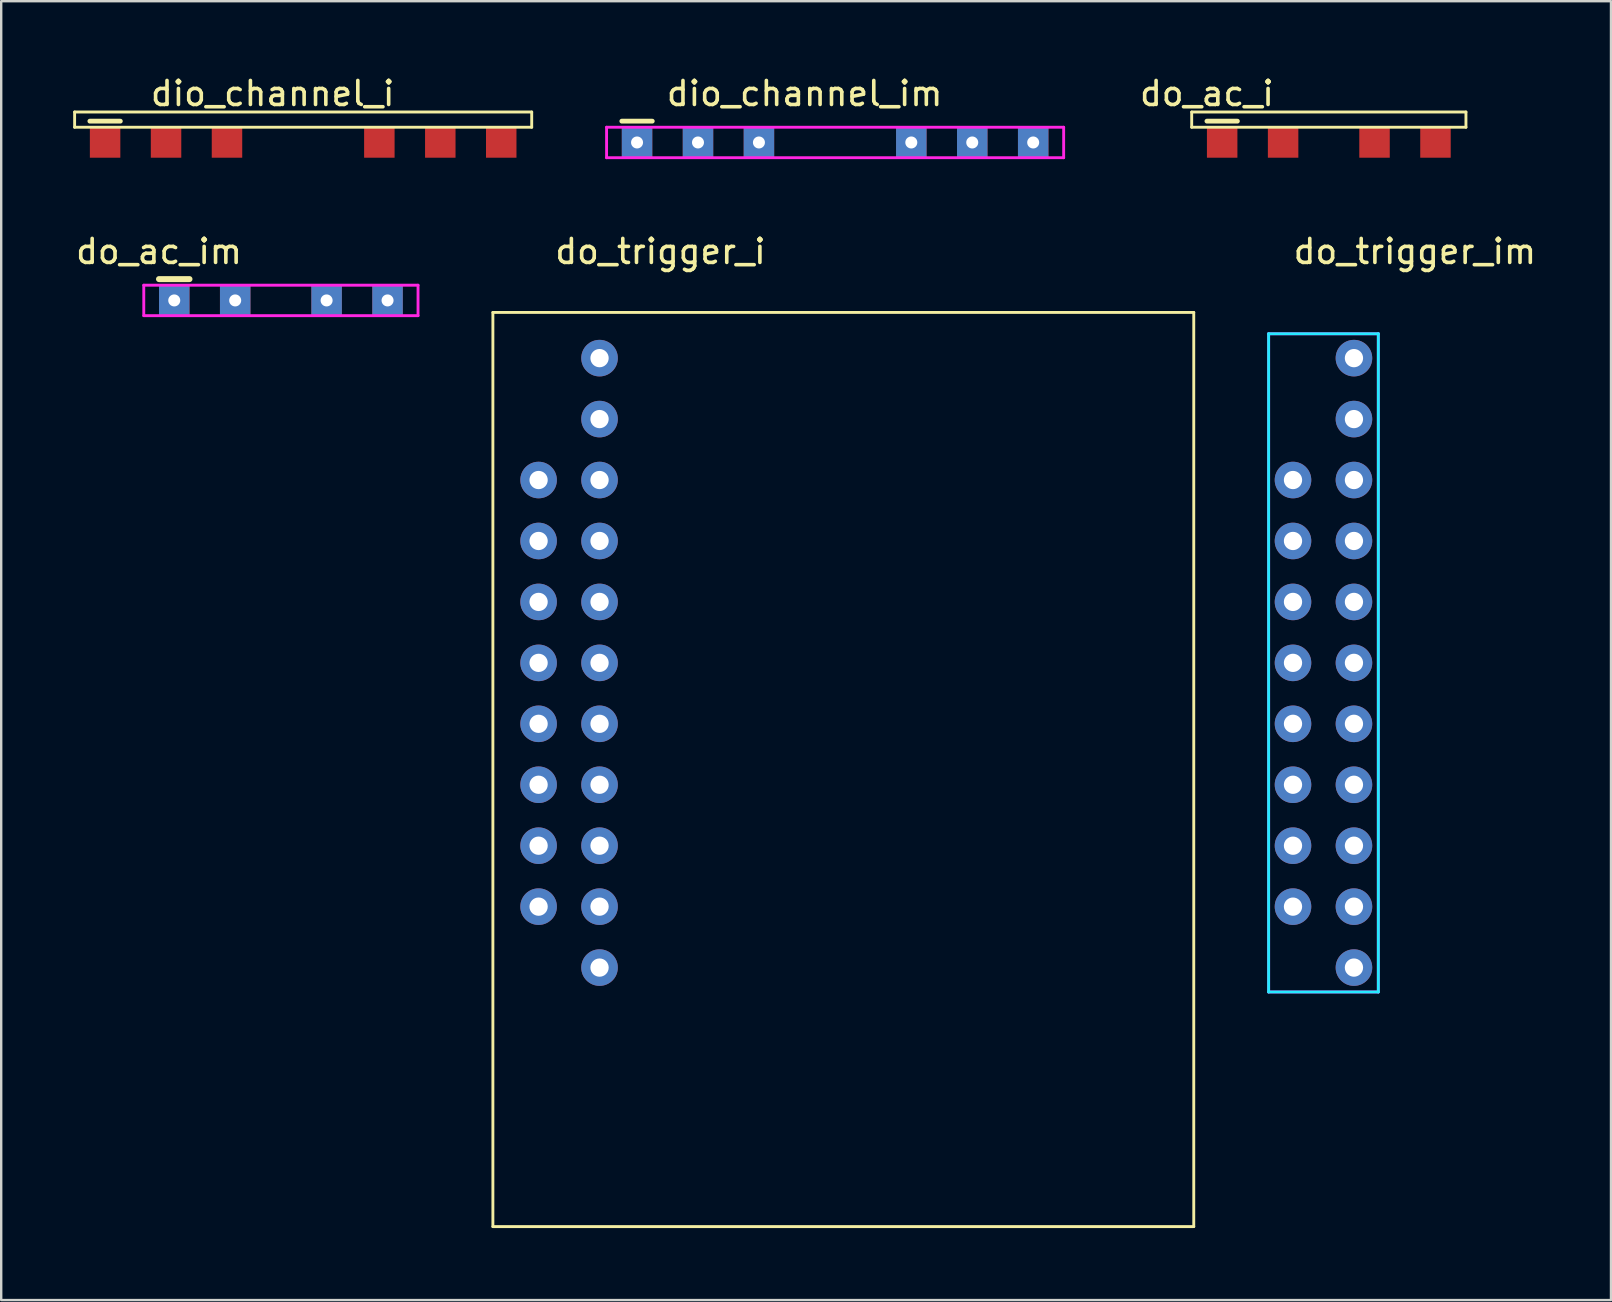
<source format=kicad_pcb>
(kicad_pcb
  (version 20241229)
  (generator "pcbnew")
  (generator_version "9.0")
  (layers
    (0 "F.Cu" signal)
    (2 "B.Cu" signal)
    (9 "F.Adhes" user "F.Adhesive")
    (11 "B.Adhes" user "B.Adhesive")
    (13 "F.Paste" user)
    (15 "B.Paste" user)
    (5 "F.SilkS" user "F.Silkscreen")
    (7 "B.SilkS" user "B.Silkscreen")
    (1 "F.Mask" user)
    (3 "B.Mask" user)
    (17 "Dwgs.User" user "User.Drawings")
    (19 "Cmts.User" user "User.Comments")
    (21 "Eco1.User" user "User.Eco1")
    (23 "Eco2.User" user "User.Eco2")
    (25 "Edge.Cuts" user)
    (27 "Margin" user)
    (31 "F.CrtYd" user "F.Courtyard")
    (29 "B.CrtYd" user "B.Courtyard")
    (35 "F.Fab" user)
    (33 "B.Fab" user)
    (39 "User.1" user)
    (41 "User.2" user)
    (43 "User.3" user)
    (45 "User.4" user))
  (footprint "do_trigger_im"
    (layer "F.Cu")
    (at 55.918 9.336)
    (property "Reference" "do_trigger_im" (at 0 -1.905 0) (layer "F.SilkS") (effects (font (size 1 1) (thickness 0.15))))
    (attr through_hole)
    (fp_line (start -6.096 1.524) (end -1.524 1.524) (stroke (width 0.12) (type solid)) (layer "B.CrtYd"))
    (fp_line (start -6.096 28.956) (end -6.096 1.524) (stroke (width 0.12) (type solid)) (layer "B.CrtYd"))
    (fp_line (start -1.524 1.524) (end -1.524 28.956) (stroke (width 0.12) (type solid)) (layer "B.CrtYd"))
    (fp_line (start -1.524 28.956) (end -6.096 28.956) (stroke (width 0.12) (type solid)) (layer "B.CrtYd"))
    (fp_line (start -6.096 1.524) (end -1.524 1.524) (stroke (width 0.12) (type solid)) (layer "F.CrtYd"))
    (fp_line (start -6.096 28.956) (end -6.096 1.524) (stroke (width 0.12) (type solid)) (layer "F.CrtYd"))
    (fp_line (start -1.524 1.524) (end -1.524 28.956) (stroke (width 0.12) (type solid)) (layer "F.CrtYd"))
    (fp_line (start -1.524 28.956) (end -6.096 28.956) (stroke (width 0.12) (type solid)) (layer "F.CrtYd"))
    (pad "1" thru_hole circle (at -5.08 7.62) (size 1.524 1.524) (drill 0.762) (layers "*.Cu" "*.Mask"))
    (pad "2" thru_hole circle (at -2.54 7.62) (size 1.524 1.524) (drill 0.762) (layers "*.Cu" "*.Mask"))
    (pad "3" thru_hole circle (at -5.08 10.16) (size 1.524 1.524) (drill 0.762) (layers "*.Cu" "*.Mask"))
    (pad "4" thru_hole circle (at -2.54 10.16) (size 1.524 1.524) (drill 0.762) (layers "*.Cu" "*.Mask"))
    (pad "5" thru_hole circle (at -5.08 12.7) (size 1.524 1.524) (drill 0.762) (layers "*.Cu" "*.Mask"))
    (pad "6" thru_hole circle (at -2.54 12.7) (size 1.524 1.524) (drill 0.762) (layers "*.Cu" "*.Mask"))
    (pad "7" thru_hole circle (at -5.08 15.24) (size 1.524 1.524) (drill 0.762) (layers "*.Cu" "*.Mask"))
    (pad "8" thru_hole circle (at -2.54 15.24) (size 1.524 1.524) (drill 0.762) (layers "*.Cu" "*.Mask"))
    (pad "9" thru_hole circle (at -5.08 17.78) (size 1.524 1.524) (drill 0.762) (layers "*.Cu" "*.Mask"))
    (pad "10" thru_hole circle (at -2.54 17.78) (size 1.524 1.524) (drill 0.762) (layers "*.Cu" "*.Mask"))
    (pad "11" thru_hole circle (at -5.08 20.32) (size 1.524 1.524) (drill 0.762) (layers "*.Cu" "*.Mask"))
    (pad "12" thru_hole circle (at -2.54 20.32) (size 1.524 1.524) (drill 0.762) (layers "*.Cu" "*.Mask"))
    (pad "13" thru_hole circle (at -5.08 22.86) (size 1.524 1.524) (drill 0.762) (layers "*.Cu" "*.Mask"))
    (pad "14" thru_hole circle (at -2.54 22.86) (size 1.524 1.524) (drill 0.762) (layers "*.Cu" "*.Mask"))
    (pad "15" thru_hole circle (at -5.08 25.4) (size 1.524 1.524) (drill 0.762) (layers "*.Cu" "*.Mask"))
    (pad "16" thru_hole circle (at -2.54 25.4) (size 1.524 1.524) (drill 0.762) (layers "*.Cu" "*.Mask"))
    (pad "17" thru_hole circle (at -2.54 2.54) (size 1.524 1.524) (drill 0.762) (layers "*.Cu" "*.Mask"))
    (pad "18" thru_hole circle (at -2.54 5.08) (size 1.524 1.524) (drill 0.762) (layers "*.Cu" "*.Mask"))
    (pad "19" thru_hole circle (at -2.54 27.94) (size 1.524 1.524) (drill 0.762) (layers "*.Cu" "*.Mask")))
  (footprint "do_ac_im"
    (layer "F.Cu")
    (at 3.577 6.931)
    (property "Reference" "do_ac_im" (at 0 0.5 0) (layer "F.SilkS") (effects (font (size 1 1) (thickness 0.15))))
    (attr through_hole)
    (fp_line (start 0 1.651) (end 1.27 1.651) (stroke (width 0.25) (type solid)) (layer "F.SilkS"))
    (fp_line (start -0.635 1.905) (end 10.795 1.905) (stroke (width 0.12) (type solid)) (layer "F.CrtYd"))
    (fp_line (start -0.635 3.175) (end -0.635 1.905) (stroke (width 0.12) (type solid)) (layer "F.CrtYd"))
    (fp_line (start 10.795 1.905) (end 10.795 3.175) (stroke (width 0.12) (type solid)) (layer "F.CrtYd"))
    (fp_line (start 10.795 3.175) (end -0.635 3.175) (stroke (width 0.12) (type solid)) (layer "F.CrtYd"))
    (pad "1" thru_hole rect (at 0.635 2.54) (size 1.27 1.27) (drill 0.5) (layers "*.Cu" "*.Mask"))
    (pad "2" thru_hole rect (at 3.175 2.54) (size 1.27 1.27) (drill 0.5) (layers "*.Cu" "*.Mask"))
    (pad "3" thru_hole rect (at 6.985 2.54) (size 1.27 1.27) (drill 0.5) (layers "*.Cu" "*.Mask"))
    (pad "4" thru_hole rect (at 9.525 2.54) (size 1.27 1.27) (drill 0.5) (layers "*.Cu" "*.Mask")))
  (footprint "do_trigger_i"
    (layer "F.Cu")
    (at 24.477 9.336)
    (property "Reference" "do_trigger_i" (at 0 -1.905 0) (layer "F.SilkS") (effects (font (size 1 1) (thickness 0.15))))
    (attr through_hole)
    (fp_line (start -6.985 0.635) (end 22.225 0.635) (stroke (width 0.12) (type solid)) (layer "F.SilkS"))
    (fp_line (start -6.985 38.735) (end -6.985 0.635) (stroke (width 0.12) (type solid)) (layer "F.SilkS"))
    (fp_line (start 22.225 0.635) (end 22.225 38.735) (stroke (width 0.12) (type solid)) (layer "F.SilkS"))
    (fp_line (start 22.225 38.735) (end -6.985 38.735) (stroke (width 0.12) (type solid)) (layer "F.SilkS"))
    (pad "1" thru_hole circle (at -5.08 7.62) (size 1.524 1.524) (drill 0.762) (layers "*.Cu" "*.Mask"))
    (pad "2" thru_hole circle (at -2.54 7.62) (size 1.524 1.524) (drill 0.762) (layers "*.Cu" "*.Mask"))
    (pad "3" thru_hole circle (at -5.08 10.16) (size 1.524 1.524) (drill 0.762) (layers "*.Cu" "*.Mask"))
    (pad "4" thru_hole circle (at -2.54 10.16) (size 1.524 1.524) (drill 0.762) (layers "*.Cu" "*.Mask"))
    (pad "5" thru_hole circle (at -5.08 12.7) (size 1.524 1.524) (drill 0.762) (layers "*.Cu" "*.Mask"))
    (pad "6" thru_hole circle (at -2.54 12.7) (size 1.524 1.524) (drill 0.762) (layers "*.Cu" "*.Mask"))
    (pad "7" thru_hole circle (at -5.08 15.24) (size 1.524 1.524) (drill 0.762) (layers "*.Cu" "*.Mask"))
    (pad "8" thru_hole circle (at -2.54 15.24) (size 1.524 1.524) (drill 0.762) (layers "*.Cu" "*.Mask"))
    (pad "9" thru_hole circle (at -5.08 17.78) (size 1.524 1.524) (drill 0.762) (layers "*.Cu" "*.Mask"))
    (pad "10" thru_hole circle (at -2.54 17.78) (size 1.524 1.524) (drill 0.762) (layers "*.Cu" "*.Mask"))
    (pad "11" thru_hole circle (at -5.08 20.32) (size 1.524 1.524) (drill 0.762) (layers "*.Cu" "*.Mask"))
    (pad "12" thru_hole circle (at -2.54 20.32) (size 1.524 1.524) (drill 0.762) (layers "*.Cu" "*.Mask"))
    (pad "13" thru_hole circle (at -5.08 22.86) (size 1.524 1.524) (drill 0.762) (layers "*.Cu" "*.Mask"))
    (pad "14" thru_hole circle (at -2.54 22.86) (size 1.524 1.524) (drill 0.762) (layers "*.Cu" "*.Mask"))
    (pad "15" thru_hole circle (at -5.08 25.4) (size 1.524 1.524) (drill 0.762) (layers "*.Cu" "*.Mask"))
    (pad "16" thru_hole circle (at -2.54 25.4) (size 1.524 1.524) (drill 0.762) (layers "*.Cu" "*.Mask"))
    (pad "17" thru_hole circle (at -2.54 2.54) (size 1.524 1.524) (drill 0.762) (layers "*.Cu" "*.Mask"))
    (pad "18" thru_hole circle (at -2.54 5.08) (size 1.524 1.524) (drill 0.762) (layers "*.Cu" "*.Mask"))
    (pad "19" thru_hole circle (at -2.54 27.94) (size 1.524 1.524) (drill 0.762) (layers "*.Cu" "*.Mask")))
  (footprint "dio_channel_i"
    (layer "F.Cu")
    (at 8.315 0.348)
    (property "Reference" "dio_channel_i" (at 0 0.5 0) (layer "F.SilkS") (effects (font (size 1 1) (thickness 0.15))))
    (attr through_hole)
    (fp_line (start -8.255 1.27) (end 10.795 1.27) (stroke (width 0.12) (type solid)) (layer "F.SilkS"))
    (fp_line (start -8.255 1.905) (end -8.255 1.27) (stroke (width 0.12) (type solid)) (layer "F.SilkS"))
    (fp_line (start -7.62 1.651) (end -6.35 1.651) (stroke (width 0.2) (type solid)) (layer "F.SilkS"))
    (fp_line (start 10.795 1.27) (end 10.795 1.905) (stroke (width 0.12) (type solid)) (layer "F.SilkS"))
    (fp_line (start 10.795 1.905) (end -8.255 1.905) (stroke (width 0.12) (type solid)) (layer "F.SilkS"))
    (pad "1" smd rect (at -6.985 2.54) (size 1.27 1.27) (layers "F.Cu" "F.Mask" "F.Paste"))
    (pad "2" smd rect (at -4.445 2.54) (size 1.27 1.27) (layers "F.Cu" "F.Mask" "F.Paste"))
    (pad "3" smd rect (at -1.905 2.54) (size 1.27 1.27) (layers "F.Cu" "F.Mask" "F.Paste"))
    (pad "4" smd rect (at 4.445 2.54) (size 1.27 1.27) (layers "F.Cu" "F.Mask" "F.Paste"))
    (pad "5" smd rect (at 6.985 2.54) (size 1.27 1.27) (layers "F.Cu" "F.Mask" "F.Paste"))
    (pad "6" smd rect (at 9.525 2.54) (size 1.27 1.27) (layers "F.Cu" "F.Mask" "F.Paste")))
  (footprint "do_ac_i"
    (layer "F.Cu")
    (at 47.251 0.348)
    (property "Reference" "do_ac_i" (at 0 0.5 0) (layer "F.SilkS") (effects (font (size 1 1) (thickness 0.15))))
    (attr through_hole)
    (fp_line (start -0.635 1.27) (end 10.795 1.27) (stroke (width 0.12) (type solid)) (layer "F.SilkS"))
    (fp_line (start -0.635 1.905) (end -0.635 1.27) (stroke (width 0.12) (type solid)) (layer "F.SilkS"))
    (fp_line (start 0 1.651) (end 1.27 1.651) (stroke (width 0.2) (type solid)) (layer "F.SilkS"))
    (fp_line (start 10.795 1.27) (end 10.795 1.905) (stroke (width 0.12) (type solid)) (layer "F.SilkS"))
    (fp_line (start 10.795 1.905) (end -0.635 1.905) (stroke (width 0.12) (type solid)) (layer "F.SilkS"))
    (pad "1" smd rect (at 0.635 2.54) (size 1.27 1.27) (layers "F.Cu" "F.Mask" "F.Paste"))
    (pad "2" smd rect (at 3.175 2.54) (size 1.27 1.27) (layers "F.Cu" "F.Mask" "F.Paste"))
    (pad "3" smd rect (at 6.985 2.54) (size 1.27 1.27) (layers "F.Cu" "F.Mask" "F.Paste"))
    (pad "4" smd rect (at 9.525 2.54) (size 1.27 1.27) (layers "F.Cu" "F.Mask" "F.Paste")))
  (footprint "dio_channel_im"
    (layer "F.Cu")
    (at 30.485 0.348)
    (property "Reference" "dio_channel_im" (at 0 0.5 0) (layer "F.SilkS") (effects (font (size 1 1) (thickness 0.15))))
    (attr through_hole)
    (fp_line (start -7.62 1.651) (end -6.35 1.651) (stroke (width 0.2) (type solid)) (layer "F.SilkS"))
    (fp_line (start -8.255 1.905) (end 10.795 1.905) (stroke (width 0.12) (type solid)) (layer "F.CrtYd"))
    (fp_line (start -8.255 3.175) (end -8.255 1.905) (stroke (width 0.12) (type solid)) (layer "F.CrtYd"))
    (fp_line (start 10.795 1.905) (end 10.795 3.175) (stroke (width 0.12) (type solid)) (layer "F.CrtYd"))
    (fp_line (start 10.795 3.175) (end -8.255 3.175) (stroke (width 0.12) (type solid)) (layer "F.CrtYd"))
    (pad "1" thru_hole rect (at -6.985 2.54) (size 1.27 1.27) (drill 0.5) (layers "*.Cu" "*.Mask"))
    (pad "2" thru_hole rect (at -4.445 2.54) (size 1.27 1.27) (drill 0.5) (layers "*.Cu" "*.Mask"))
    (pad "3" thru_hole rect (at -1.905 2.54) (size 1.27 1.27) (drill 0.5) (layers "*.Cu" "*.Mask"))
    (pad "4" thru_hole rect (at 4.445 2.54) (size 1.27 1.27) (drill 0.5) (layers "*.Cu" "*.Mask"))
    (pad "5" thru_hole rect (at 6.985 2.54) (size 1.27 1.27) (drill 0.5) (layers "*.Cu" "*.Mask"))
    (pad "6" thru_hole rect (at 9.525 2.54) (size 1.27 1.27) (drill 0.5) (layers "*.Cu" "*.Mask")))
  (gr_rect
    (start -3 -3)
    (end 64.091 51.132)
    (stroke (width 0.1) (type default))
    (fill no)
    (layer "Edge.Cuts")))
</source>
